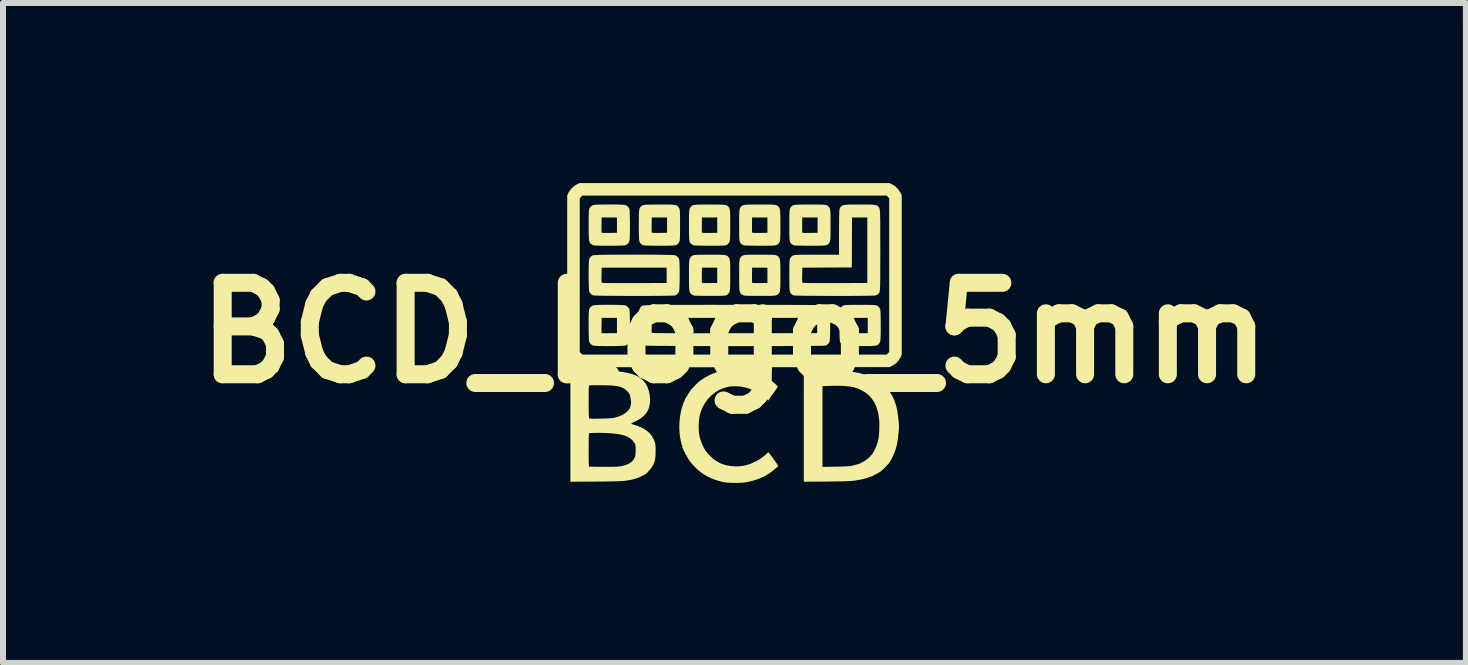
<source format=kicad_pcb>
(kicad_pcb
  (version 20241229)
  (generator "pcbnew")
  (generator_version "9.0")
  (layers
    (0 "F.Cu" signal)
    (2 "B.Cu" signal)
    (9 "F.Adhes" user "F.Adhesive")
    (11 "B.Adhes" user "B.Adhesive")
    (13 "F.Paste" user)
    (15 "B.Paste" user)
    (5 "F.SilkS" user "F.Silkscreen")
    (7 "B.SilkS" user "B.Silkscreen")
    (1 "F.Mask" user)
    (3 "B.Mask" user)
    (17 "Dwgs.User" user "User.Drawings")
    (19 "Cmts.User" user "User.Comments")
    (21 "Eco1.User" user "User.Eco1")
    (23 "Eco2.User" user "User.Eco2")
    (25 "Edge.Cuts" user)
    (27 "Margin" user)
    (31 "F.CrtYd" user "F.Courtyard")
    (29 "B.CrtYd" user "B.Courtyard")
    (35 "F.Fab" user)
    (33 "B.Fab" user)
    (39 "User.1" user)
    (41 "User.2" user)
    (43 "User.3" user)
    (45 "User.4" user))
  (footprint "BCD_Logo_5mm"
    (layer "F.Cu")
    (at 9.188 2.497)
    (property "Reference" "BCD_Logo_5mm" (at 0 0 0) (layer "F.SilkS") (effects (font (size 1.524 1.524) (thickness 0.3))))
    (attr board_only exclude_from_pos_files exclude_from_bom)
    (fp_poly (pts (xy 2.628 -2.474) (xy 2.682 -2.44) (xy 2.727 -2.395) (xy 2.762 -2.342) (xy 2.765 -2.338) (xy 2.787 -2.292) (xy 2.787 0.365) (xy 2.765 0.411) (xy 2.73 0.465) (xy 2.686 0.51) (xy 2.633 0.545) (xy 2.628 0.548) (xy 2.582 0.57) (xy 0.014 0.572) (xy -0.222 0.572) (xy -0.444 0.572) (xy -0.653 0.572) (xy -0.849 0.572) (xy -1.032 0.572) (xy -1.203 0.572) (xy -1.362 0.572) (xy -1.509 0.572) (xy -1.645 0.571) (xy -1.771 0.571) (xy -1.885 0.571) (xy -1.989 0.571) (xy -2.084 0.571) (xy -2.169 0.57) (xy -2.245 0.57) (xy -2.313 0.57) (xy -2.372 0.569) (xy -2.423 0.569) (xy -2.466 0.568) (xy -2.502 0.568) (xy -2.531 0.567) (xy -2.554 0.566) (xy -2.57 0.566) (xy -2.581 0.565) (xy -2.586 0.564) (xy -2.639 0.543) (xy -2.688 0.509) (xy -2.73 0.465) (xy -2.763 0.414) (xy -2.765 0.411) (xy -2.787 0.365) (xy -2.787 0.318) (xy -2.578 0.318) (xy -2.535 0.361) (xy 2.535 0.361) (xy 2.578 0.318) (xy 2.578 -2.244) (xy 2.535 -2.288) (xy -2.535 -2.288) (xy -2.578 -2.244) (xy -2.578 0.318) (xy -2.787 0.318) (xy -2.787 -2.292) (xy -2.765 -2.338) (xy -2.73 -2.391) (xy -2.686 -2.437) (xy -2.633 -2.472) (xy -2.628 -2.474) (xy -2.582 -2.497) (xy 2.582 -2.497)) (stroke (width 0) (type solid)) (fill yes) (layer "F.SilkS"))
    (fp_poly (pts (xy -2.022 -2.14) (xy -1.969 -2.139) (xy -1.92 -2.138) (xy -1.878 -2.136) (xy -1.844 -2.134) (xy -1.821 -2.131) (xy -1.812 -2.129) (xy -1.78 -2.108) (xy -1.756 -2.077) (xy -1.751 -2.066) (xy -1.748 -2.053) (xy -1.746 -2.028) (xy -1.745 -1.994) (xy -1.744 -1.95) (xy -1.743 -1.901) (xy -1.742 -1.848) (xy -1.742 -1.793) (xy -1.742 -1.738) (xy -1.743 -1.686) (xy -1.744 -1.637) (xy -1.745 -1.594) (xy -1.747 -1.56) (xy -1.749 -1.536) (xy -1.751 -1.525) (xy -1.772 -1.491) (xy -1.803 -1.467) (xy -1.812 -1.462) (xy -1.826 -1.459) (xy -1.852 -1.457) (xy -1.887 -1.455) (xy -1.931 -1.454) (xy -1.98 -1.453) (xy -2.034 -1.452) (xy -2.089 -1.452) (xy -2.145 -1.452) (xy -2.198 -1.453) (xy -2.247 -1.454) (xy -2.29 -1.455) (xy -2.324 -1.457) (xy -2.348 -1.459) (xy -2.36 -1.462) (xy -2.393 -1.484) (xy -2.416 -1.515) (xy -2.419 -1.522) (xy -2.422 -1.535) (xy -2.425 -1.561) (xy -2.426 -1.597) (xy -2.428 -1.641) (xy -2.429 -1.691) (xy -2.43 -1.744) (xy -2.43 -1.763) (xy -2.216 -1.763) (xy -2.216 -1.727) (xy -2.215 -1.698) (xy -2.215 -1.68) (xy -2.214 -1.673) (xy -2.209 -1.67) (xy -2.198 -1.668) (xy -2.179 -1.666) (xy -2.15 -1.666) (xy -2.108 -1.666) (xy -2.084 -1.666) (xy -1.958 -1.668) (xy -1.958 -1.923) (xy -2.213 -1.923) (xy -2.215 -1.803) (xy -2.216 -1.763) (xy -2.43 -1.763) (xy -2.43 -1.8) (xy -2.43 -1.855) (xy -2.43 -1.908) (xy -2.429 -1.956) (xy -2.427 -1.999) (xy -2.426 -2.033) (xy -2.423 -2.056) (xy -2.421 -2.066) (xy -2.4 -2.1) (xy -2.369 -2.124) (xy -2.36 -2.129) (xy -2.345 -2.132) (xy -2.319 -2.135) (xy -2.282 -2.137) (xy -2.238 -2.138) (xy -2.187 -2.139) (xy -2.133 -2.14) (xy -2.077 -2.14)) (stroke (width 0) (type solid)) (fill yes) (layer "F.SilkS"))
    (fp_poly (pts (xy -2.022 -0.468) (xy -1.969 -0.467) (xy -1.92 -0.466) (xy -1.878 -0.464) (xy -1.844 -0.462) (xy -1.821 -0.46) (xy -1.812 -0.457) (xy -1.78 -0.436) (xy -1.756 -0.405) (xy -1.751 -0.395) (xy -1.748 -0.382) (xy -1.746 -0.357) (xy -1.745 -0.322) (xy -1.744 -0.279) (xy -1.743 -0.23) (xy -1.742 -0.177) (xy -1.742 -0.122) (xy -1.742 -0.067) (xy -1.743 -0.014) (xy -1.744 0.035) (xy -1.745 0.077) (xy -1.747 0.111) (xy -1.749 0.135) (xy -1.751 0.147) (xy -1.772 0.181) (xy -1.803 0.205) (xy -1.812 0.21) (xy -1.826 0.212) (xy -1.852 0.214) (xy -1.887 0.216) (xy -1.931 0.218) (xy -1.98 0.219) (xy -2.034 0.22) (xy -2.089 0.22) (xy -2.145 0.22) (xy -2.198 0.219) (xy -2.247 0.218) (xy -2.29 0.217) (xy -2.324 0.215) (xy -2.348 0.212) (xy -2.36 0.21) (xy -2.393 0.188) (xy -2.416 0.156) (xy -2.419 0.15) (xy -2.422 0.136) (xy -2.425 0.11) (xy -2.426 0.075) (xy -2.428 0.031) (xy -2.429 -0.019) (xy -2.43 -0.073) (xy -2.43 -0.091) (xy -2.216 -0.091) (xy -2.216 -0.055) (xy -2.215 -0.027) (xy -2.215 -0.008) (xy -2.214 -0.002) (xy -2.209 0.002) (xy -2.198 0.004) (xy -2.179 0.005) (xy -2.15 0.006) (xy -2.108 0.006) (xy -2.084 0.005) (xy -1.958 0.004) (xy -1.958 -0.251) (xy -2.213 -0.251) (xy -2.215 -0.131) (xy -2.216 -0.091) (xy -2.43 -0.091) (xy -2.43 -0.128) (xy -2.43 -0.183) (xy -2.43 -0.236) (xy -2.429 -0.285) (xy -2.427 -0.327) (xy -2.426 -0.361) (xy -2.423 -0.385) (xy -2.421 -0.395) (xy -2.4 -0.429) (xy -2.369 -0.453) (xy -2.36 -0.457) (xy -2.345 -0.46) (xy -2.319 -0.463) (xy -2.282 -0.465) (xy -2.238 -0.467) (xy -2.187 -0.468) (xy -2.133 -0.468) (xy -2.077 -0.468)) (stroke (width 0) (type solid)) (fill yes) (layer "F.SilkS"))
    (fp_poly (pts (xy -1.18 -2.139) (xy -1.122 -2.139) (xy -1.075 -2.138) (xy -1.038 -2.137) (xy -1.01 -2.134) (xy -0.988 -2.131) (xy -0.972 -2.127) (xy -0.96 -2.122) (xy -0.95 -2.115) (xy -0.941 -2.106) (xy -0.938 -2.103) (xy -0.93 -2.093) (xy -0.924 -2.083) (xy -0.918 -2.072) (xy -0.914 -2.057) (xy -0.911 -2.038) (xy -0.909 -2.012) (xy -0.908 -1.979) (xy -0.907 -1.936) (xy -0.907 -1.883) (xy -0.907 -1.818) (xy -0.907 -1.796) (xy -0.907 -1.726) (xy -0.907 -1.67) (xy -0.908 -1.624) (xy -0.909 -1.588) (xy -0.911 -1.56) (xy -0.913 -1.539) (xy -0.917 -1.523) (xy -0.922 -1.511) (xy -0.928 -1.501) (xy -0.936 -1.492) (xy -0.938 -1.489) (xy -0.947 -1.479) (xy -0.956 -1.472) (xy -0.967 -1.466) (xy -0.981 -1.461) (xy -1 -1.458) (xy -1.026 -1.455) (xy -1.059 -1.454) (xy -1.101 -1.453) (xy -1.154 -1.453) (xy -1.219 -1.453) (xy -1.253 -1.453) (xy -1.329 -1.453) (xy -1.391 -1.454) (xy -1.441 -1.455) (xy -1.479 -1.456) (xy -1.505 -1.458) (xy -1.521 -1.46) (xy -1.524 -1.462) (xy -1.544 -1.473) (xy -1.558 -1.484) (xy -1.567 -1.493) (xy -1.574 -1.502) (xy -1.58 -1.513) (xy -1.585 -1.528) (xy -1.588 -1.548) (xy -1.591 -1.574) (xy -1.592 -1.608) (xy -1.593 -1.651) (xy -1.594 -1.705) (xy -1.594 -1.763) (xy -1.38 -1.763) (xy -1.38 -1.727) (xy -1.38 -1.698) (xy -1.379 -1.68) (xy -1.378 -1.673) (xy -1.374 -1.67) (xy -1.363 -1.668) (xy -1.343 -1.666) (xy -1.314 -1.666) (xy -1.273 -1.666) (xy -1.249 -1.666) (xy -1.123 -1.668) (xy -1.123 -1.923) (xy -1.378 -1.923) (xy -1.38 -1.803) (xy -1.38 -1.763) (xy -1.594 -1.763) (xy -1.594 -1.771) (xy -1.594 -1.796) (xy -1.594 -1.865) (xy -1.593 -1.922) (xy -1.593 -1.967) (xy -1.592 -2.003) (xy -1.59 -2.031) (xy -1.587 -2.052) (xy -1.583 -2.068) (xy -1.578 -2.08) (xy -1.572 -2.09) (xy -1.565 -2.1) (xy -1.562 -2.103) (xy -1.554 -2.112) (xy -1.544 -2.119) (xy -1.533 -2.125) (xy -1.519 -2.13) (xy -1.499 -2.133) (xy -1.474 -2.136) (xy -1.44 -2.137) (xy -1.397 -2.138) (xy -1.344 -2.139) (xy -1.278 -2.139) (xy -1.25 -2.139)) (stroke (width 0) (type solid)) (fill yes) (layer "F.SilkS"))
    (fp_poly (pts (xy -0.344 -2.139) (xy -0.286 -2.139) (xy -0.239 -2.138) (xy -0.203 -2.137) (xy -0.174 -2.134) (xy -0.152 -2.131) (xy -0.136 -2.127) (xy -0.124 -2.122) (xy -0.114 -2.115) (xy -0.106 -2.106) (xy -0.102 -2.103) (xy -0.094 -2.093) (xy -0.088 -2.083) (xy -0.083 -2.072) (xy -0.079 -2.057) (xy -0.076 -2.038) (xy -0.073 -2.012) (xy -0.072 -1.979) (xy -0.071 -1.936) (xy -0.071 -1.883) (xy -0.071 -1.818) (xy -0.071 -1.796) (xy -0.071 -1.726) (xy -0.071 -1.67) (xy -0.072 -1.624) (xy -0.073 -1.588) (xy -0.075 -1.56) (xy -0.078 -1.539) (xy -0.081 -1.523) (xy -0.086 -1.511) (xy -0.092 -1.501) (xy -0.1 -1.492) (xy -0.102 -1.489) (xy -0.111 -1.479) (xy -0.12 -1.472) (xy -0.131 -1.466) (xy -0.145 -1.461) (xy -0.165 -1.458) (xy -0.19 -1.455) (xy -0.223 -1.454) (xy -0.265 -1.453) (xy -0.318 -1.453) (xy -0.383 -1.453) (xy -0.417 -1.453) (xy -0.493 -1.453) (xy -0.556 -1.454) (xy -0.605 -1.455) (xy -0.643 -1.456) (xy -0.669 -1.458) (xy -0.685 -1.46) (xy -0.688 -1.462) (xy -0.708 -1.473) (xy -0.722 -1.484) (xy -0.731 -1.493) (xy -0.739 -1.502) (xy -0.744 -1.513) (xy -0.749 -1.528) (xy -0.752 -1.548) (xy -0.755 -1.574) (xy -0.756 -1.608) (xy -0.757 -1.651) (xy -0.758 -1.705) (xy -0.758 -1.763) (xy -0.544 -1.763) (xy -0.544 -1.727) (xy -0.544 -1.698) (xy -0.543 -1.68) (xy -0.542 -1.673) (xy -0.538 -1.67) (xy -0.527 -1.668) (xy -0.507 -1.666) (xy -0.478 -1.666) (xy -0.437 -1.666) (xy -0.413 -1.666) (xy -0.287 -1.668) (xy -0.287 -1.923) (xy -0.542 -1.923) (xy -0.544 -1.803) (xy -0.544 -1.763) (xy -0.758 -1.763) (xy -0.758 -1.771) (xy -0.758 -1.796) (xy -0.758 -1.865) (xy -0.758 -1.922) (xy -0.757 -1.967) (xy -0.756 -2.003) (xy -0.754 -2.031) (xy -0.751 -2.052) (xy -0.747 -2.068) (xy -0.743 -2.08) (xy -0.736 -2.09) (xy -0.729 -2.1) (xy -0.726 -2.103) (xy -0.718 -2.112) (xy -0.709 -2.119) (xy -0.697 -2.125) (xy -0.683 -2.13) (xy -0.664 -2.133) (xy -0.638 -2.136) (xy -0.604 -2.137) (xy -0.562 -2.138) (xy -0.508 -2.139) (xy -0.443 -2.139) (xy -0.414 -2.139)) (stroke (width 0) (type solid)) (fill yes) (layer "F.SilkS"))
    (fp_poly (pts (xy -0.344 -1.303) (xy -0.286 -1.303) (xy -0.239 -1.302) (xy -0.203 -1.301) (xy -0.174 -1.299) (xy -0.152 -1.296) (xy -0.136 -1.291) (xy -0.124 -1.286) (xy -0.114 -1.279) (xy -0.106 -1.27) (xy -0.102 -1.267) (xy -0.094 -1.257) (xy -0.088 -1.247) (xy -0.083 -1.236) (xy -0.079 -1.221) (xy -0.076 -1.202) (xy -0.073 -1.176) (xy -0.072 -1.143) (xy -0.071 -1.1) (xy -0.071 -1.047) (xy -0.071 -0.982) (xy -0.071 -0.96) (xy -0.071 -0.89) (xy -0.071 -0.834) (xy -0.072 -0.788) (xy -0.073 -0.752) (xy -0.075 -0.725) (xy -0.078 -0.704) (xy -0.081 -0.688) (xy -0.086 -0.675) (xy -0.092 -0.665) (xy -0.1 -0.656) (xy -0.102 -0.653) (xy -0.111 -0.644) (xy -0.12 -0.636) (xy -0.131 -0.63) (xy -0.145 -0.625) (xy -0.165 -0.622) (xy -0.19 -0.62) (xy -0.223 -0.618) (xy -0.265 -0.617) (xy -0.318 -0.617) (xy -0.383 -0.617) (xy -0.417 -0.617) (xy -0.493 -0.617) (xy -0.556 -0.618) (xy -0.605 -0.619) (xy -0.643 -0.62) (xy -0.669 -0.622) (xy -0.685 -0.625) (xy -0.688 -0.626) (xy -0.708 -0.637) (xy -0.722 -0.648) (xy -0.731 -0.657) (xy -0.739 -0.666) (xy -0.744 -0.677) (xy -0.749 -0.692) (xy -0.752 -0.712) (xy -0.755 -0.738) (xy -0.756 -0.772) (xy -0.757 -0.815) (xy -0.758 -0.869) (xy -0.758 -0.927) (xy -0.544 -0.927) (xy -0.544 -0.891) (xy -0.544 -0.863) (xy -0.543 -0.844) (xy -0.542 -0.838) (xy -0.538 -0.834) (xy -0.527 -0.832) (xy -0.507 -0.83) (xy -0.478 -0.83) (xy -0.437 -0.83) (xy -0.413 -0.83) (xy -0.287 -0.832) (xy -0.287 -1.087) (xy -0.542 -1.087) (xy -0.544 -0.967) (xy -0.544 -0.927) (xy -0.758 -0.927) (xy -0.758 -0.935) (xy -0.758 -0.96) (xy -0.758 -1.03) (xy -0.758 -1.086) (xy -0.757 -1.132) (xy -0.756 -1.167) (xy -0.754 -1.195) (xy -0.751 -1.216) (xy -0.747 -1.232) (xy -0.743 -1.244) (xy -0.736 -1.254) (xy -0.729 -1.264) (xy -0.726 -1.267) (xy -0.718 -1.276) (xy -0.709 -1.283) (xy -0.697 -1.289) (xy -0.683 -1.294) (xy -0.664 -1.298) (xy -0.638 -1.3) (xy -0.604 -1.302) (xy -0.562 -1.303) (xy -0.508 -1.303) (xy -0.443 -1.303) (xy -0.414 -1.303)) (stroke (width 0) (type solid)) (fill yes) (layer "F.SilkS"))
    (fp_poly (pts (xy 0.492 -2.139) (xy 0.55 -2.139) (xy 0.596 -2.138) (xy 0.633 -2.137) (xy 0.662 -2.134) (xy 0.683 -2.131) (xy 0.7 -2.127) (xy 0.712 -2.122) (xy 0.722 -2.115) (xy 0.73 -2.106) (xy 0.734 -2.103) (xy 0.742 -2.093) (xy 0.748 -2.083) (xy 0.753 -2.072) (xy 0.757 -2.057) (xy 0.76 -2.038) (xy 0.762 -2.012) (xy 0.764 -1.979) (xy 0.764 -1.936) (xy 0.765 -1.883) (xy 0.765 -1.818) (xy 0.765 -1.796) (xy 0.765 -1.726) (xy 0.765 -1.67) (xy 0.764 -1.624) (xy 0.763 -1.588) (xy 0.761 -1.56) (xy 0.758 -1.539) (xy 0.755 -1.523) (xy 0.75 -1.511) (xy 0.744 -1.501) (xy 0.736 -1.492) (xy 0.734 -1.489) (xy 0.725 -1.479) (xy 0.716 -1.472) (xy 0.705 -1.466) (xy 0.69 -1.461) (xy 0.671 -1.458) (xy 0.646 -1.455) (xy 0.613 -1.454) (xy 0.57 -1.453) (xy 0.517 -1.453) (xy 0.452 -1.453) (xy 0.419 -1.453) (xy 0.343 -1.453) (xy 0.28 -1.454) (xy 0.23 -1.455) (xy 0.193 -1.456) (xy 0.167 -1.458) (xy 0.151 -1.46) (xy 0.148 -1.462) (xy 0.127 -1.473) (xy 0.113 -1.484) (xy 0.104 -1.493) (xy 0.097 -1.502) (xy 0.091 -1.513) (xy 0.087 -1.528) (xy 0.083 -1.548) (xy 0.081 -1.574) (xy 0.079 -1.608) (xy 0.079 -1.651) (xy 0.078 -1.705) (xy 0.078 -1.763) (xy 0.292 -1.763) (xy 0.292 -1.727) (xy 0.292 -1.698) (xy 0.293 -1.68) (xy 0.294 -1.673) (xy 0.298 -1.67) (xy 0.309 -1.668) (xy 0.328 -1.666) (xy 0.358 -1.666) (xy 0.399 -1.666) (xy 0.423 -1.666) (xy 0.549 -1.668) (xy 0.549 -1.923) (xy 0.294 -1.923) (xy 0.292 -1.803) (xy 0.292 -1.763) (xy 0.078 -1.763) (xy 0.078 -1.771) (xy 0.078 -1.796) (xy 0.078 -1.865) (xy 0.078 -1.922) (xy 0.079 -1.967) (xy 0.08 -2.003) (xy 0.082 -2.031) (xy 0.085 -2.052) (xy 0.088 -2.068) (xy 0.093 -2.08) (xy 0.099 -2.09) (xy 0.107 -2.1) (xy 0.109 -2.103) (xy 0.118 -2.112) (xy 0.127 -2.119) (xy 0.138 -2.125) (xy 0.153 -2.13) (xy 0.172 -2.133) (xy 0.198 -2.136) (xy 0.231 -2.137) (xy 0.274 -2.138) (xy 0.328 -2.139) (xy 0.393 -2.139) (xy 0.421 -2.139)) (stroke (width 0) (type solid)) (fill yes) (layer "F.SilkS"))
    (fp_poly (pts (xy 0.492 -1.303) (xy 0.55 -1.303) (xy 0.596 -1.302) (xy 0.633 -1.301) (xy 0.662 -1.299) (xy 0.683 -1.296) (xy 0.7 -1.291) (xy 0.712 -1.286) (xy 0.722 -1.279) (xy 0.73 -1.27) (xy 0.734 -1.267) (xy 0.742 -1.257) (xy 0.748 -1.247) (xy 0.753 -1.236) (xy 0.757 -1.221) (xy 0.76 -1.202) (xy 0.762 -1.176) (xy 0.764 -1.143) (xy 0.764 -1.1) (xy 0.765 -1.047) (xy 0.765 -0.982) (xy 0.765 -0.96) (xy 0.765 -0.89) (xy 0.765 -0.834) (xy 0.764 -0.788) (xy 0.763 -0.752) (xy 0.761 -0.725) (xy 0.758 -0.704) (xy 0.755 -0.688) (xy 0.75 -0.675) (xy 0.744 -0.665) (xy 0.736 -0.656) (xy 0.734 -0.653) (xy 0.725 -0.644) (xy 0.716 -0.636) (xy 0.705 -0.63) (xy 0.69 -0.625) (xy 0.671 -0.622) (xy 0.646 -0.62) (xy 0.613 -0.618) (xy 0.57 -0.617) (xy 0.517 -0.617) (xy 0.452 -0.617) (xy 0.419 -0.617) (xy 0.343 -0.617) (xy 0.28 -0.618) (xy 0.23 -0.619) (xy 0.193 -0.62) (xy 0.167 -0.622) (xy 0.151 -0.625) (xy 0.148 -0.626) (xy 0.127 -0.637) (xy 0.113 -0.648) (xy 0.104 -0.657) (xy 0.097 -0.666) (xy 0.091 -0.677) (xy 0.087 -0.692) (xy 0.083 -0.712) (xy 0.081 -0.738) (xy 0.079 -0.772) (xy 0.079 -0.815) (xy 0.078 -0.869) (xy 0.078 -0.927) (xy 0.292 -0.927) (xy 0.292 -0.891) (xy 0.292 -0.863) (xy 0.293 -0.844) (xy 0.294 -0.838) (xy 0.298 -0.834) (xy 0.309 -0.832) (xy 0.328 -0.83) (xy 0.358 -0.83) (xy 0.399 -0.83) (xy 0.423 -0.83) (xy 0.549 -0.832) (xy 0.549 -1.087) (xy 0.294 -1.087) (xy 0.292 -0.967) (xy 0.292 -0.927) (xy 0.078 -0.927) (xy 0.078 -0.935) (xy 0.078 -0.96) (xy 0.078 -1.03) (xy 0.078 -1.086) (xy 0.079 -1.132) (xy 0.08 -1.167) (xy 0.082 -1.195) (xy 0.085 -1.216) (xy 0.088 -1.232) (xy 0.093 -1.244) (xy 0.099 -1.254) (xy 0.107 -1.264) (xy 0.109 -1.267) (xy 0.118 -1.276) (xy 0.127 -1.283) (xy 0.138 -1.289) (xy 0.153 -1.294) (xy 0.172 -1.298) (xy 0.198 -1.3) (xy 0.231 -1.302) (xy 0.274 -1.303) (xy 0.328 -1.303) (xy 0.393 -1.303) (xy 0.421 -1.303)) (stroke (width 0) (type solid)) (fill yes) (layer "F.SilkS"))
    (fp_poly (pts (xy 1.328 -2.139) (xy 1.386 -2.139) (xy 1.432 -2.138) (xy 1.469 -2.137) (xy 1.498 -2.134) (xy 1.519 -2.131) (xy 1.535 -2.127) (xy 1.548 -2.122) (xy 1.557 -2.115) (xy 1.566 -2.106) (xy 1.569 -2.103) (xy 1.577 -2.093) (xy 1.584 -2.083) (xy 1.589 -2.072) (xy 1.593 -2.057) (xy 1.596 -2.038) (xy 1.598 -2.012) (xy 1.6 -1.979) (xy 1.6 -1.936) (xy 1.601 -1.883) (xy 1.601 -1.818) (xy 1.601 -1.796) (xy 1.601 -1.726) (xy 1.6 -1.67) (xy 1.6 -1.624) (xy 1.599 -1.588) (xy 1.597 -1.56) (xy 1.594 -1.539) (xy 1.59 -1.523) (xy 1.586 -1.511) (xy 1.579 -1.501) (xy 1.572 -1.492) (xy 1.569 -1.489) (xy 1.561 -1.479) (xy 1.552 -1.472) (xy 1.541 -1.466) (xy 1.526 -1.461) (xy 1.507 -1.458) (xy 1.482 -1.455) (xy 1.448 -1.454) (xy 1.406 -1.453) (xy 1.353 -1.453) (xy 1.288 -1.453) (xy 1.255 -1.453) (xy 1.179 -1.453) (xy 1.116 -1.454) (xy 1.066 -1.455) (xy 1.029 -1.456) (xy 1.002 -1.458) (xy 0.987 -1.46) (xy 0.983 -1.462) (xy 0.963 -1.473) (xy 0.949 -1.484) (xy 0.94 -1.493) (xy 0.933 -1.502) (xy 0.927 -1.513) (xy 0.923 -1.528) (xy 0.919 -1.548) (xy 0.917 -1.574) (xy 0.915 -1.608) (xy 0.914 -1.651) (xy 0.914 -1.705) (xy 0.914 -1.763) (xy 1.127 -1.763) (xy 1.127 -1.727) (xy 1.128 -1.698) (xy 1.129 -1.68) (xy 1.129 -1.673) (xy 1.134 -1.67) (xy 1.145 -1.668) (xy 1.164 -1.666) (xy 1.194 -1.666) (xy 1.235 -1.666) (xy 1.259 -1.666) (xy 1.385 -1.668) (xy 1.385 -1.923) (xy 1.13 -1.923) (xy 1.128 -1.803) (xy 1.127 -1.763) (xy 0.914 -1.763) (xy 0.914 -1.771) (xy 0.914 -1.796) (xy 0.914 -1.865) (xy 0.914 -1.922) (xy 0.915 -1.967) (xy 0.916 -2.003) (xy 0.918 -2.031) (xy 0.92 -2.052) (xy 0.924 -2.068) (xy 0.929 -2.08) (xy 0.935 -2.09) (xy 0.943 -2.1) (xy 0.945 -2.103) (xy 0.954 -2.112) (xy 0.963 -2.119) (xy 0.974 -2.125) (xy 0.989 -2.13) (xy 1.008 -2.133) (xy 1.034 -2.136) (xy 1.067 -2.137) (xy 1.11 -2.138) (xy 1.163 -2.139) (xy 1.229 -2.139) (xy 1.257 -2.139)) (stroke (width 0) (type solid)) (fill yes) (layer "F.SilkS"))
    (fp_poly (pts (xy 2.164 -0.467) (xy 2.221 -0.467) (xy 2.268 -0.466) (xy 2.305 -0.465) (xy 2.333 -0.463) (xy 2.355 -0.46) (xy 2.371 -0.456) (xy 2.383 -0.45) (xy 2.393 -0.443) (xy 2.402 -0.435) (xy 2.405 -0.431) (xy 2.413 -0.421) (xy 2.42 -0.411) (xy 2.425 -0.4) (xy 2.429 -0.385) (xy 2.432 -0.366) (xy 2.434 -0.34) (xy 2.435 -0.307) (xy 2.436 -0.265) (xy 2.436 -0.211) (xy 2.437 -0.146) (xy 2.437 -0.124) (xy 2.437 -0.055) (xy 2.436 0.002) (xy 2.436 0.048) (xy 2.434 0.083) (xy 2.433 0.111) (xy 2.43 0.132) (xy 2.426 0.148) (xy 2.421 0.16) (xy 2.415 0.171) (xy 2.408 0.18) (xy 2.405 0.183) (xy 2.397 0.192) (xy 2.387 0.2) (xy 2.376 0.206) (xy 2.362 0.21) (xy 2.343 0.214) (xy 2.317 0.216) (xy 2.284 0.218) (xy 2.242 0.219) (xy 2.189 0.219) (xy 2.124 0.219) (xy 2.09 0.219) (xy 2.014 0.219) (xy 1.952 0.218) (xy 1.902 0.217) (xy 1.864 0.215) (xy 1.838 0.214) (xy 1.823 0.211) (xy 1.819 0.21) (xy 1.799 0.198) (xy 1.785 0.188) (xy 1.776 0.179) (xy 1.769 0.17) (xy 1.763 0.159) (xy 1.758 0.144) (xy 1.755 0.124) (xy 1.753 0.098) (xy 1.751 0.064) (xy 1.75 0.021) (xy 1.75 -0.033) (xy 1.75 -0.091) (xy 1.963 -0.091) (xy 1.963 -0.055) (xy 1.964 -0.027) (xy 1.964 -0.008) (xy 1.965 -0.002) (xy 1.97 0.002) (xy 1.981 0.004) (xy 2 0.005) (xy 2.03 0.006) (xy 2.071 0.006) (xy 2.095 0.005) (xy 2.221 0.004) (xy 2.221 -0.251) (xy 1.966 -0.251) (xy 1.964 -0.131) (xy 1.963 -0.091) (xy 1.75 -0.091) (xy 1.75 -0.1) (xy 1.75 -0.124) (xy 1.75 -0.194) (xy 1.75 -0.25) (xy 1.751 -0.296) (xy 1.752 -0.332) (xy 1.754 -0.359) (xy 1.756 -0.38) (xy 1.76 -0.396) (xy 1.765 -0.408) (xy 1.771 -0.419) (xy 1.779 -0.428) (xy 1.781 -0.431) (xy 1.79 -0.44) (xy 1.799 -0.448) (xy 1.81 -0.454) (xy 1.824 -0.458) (xy 1.844 -0.462) (xy 1.87 -0.464) (xy 1.903 -0.466) (xy 1.946 -0.467) (xy 1.999 -0.467) (xy 2.065 -0.467) (xy 2.093 -0.467)) (stroke (width 0) (type solid)) (fill yes) (layer "F.SilkS"))
    (fp_poly (pts (xy -1.55 -1.304) (xy -1.466 -1.304) (xy -1.384 -1.304) (xy -1.307 -1.303) (xy -1.235 -1.302) (xy -1.17 -1.301) (xy -1.112 -1.3) (xy -1.064 -1.299) (xy -1.025 -1.297) (xy -0.999 -1.295) (xy -0.985 -1.294) (xy -0.984 -1.293) (xy -0.951 -1.272) (xy -0.927 -1.241) (xy -0.922 -1.23) (xy -0.92 -1.217) (xy -0.917 -1.191) (xy -0.916 -1.156) (xy -0.914 -1.112) (xy -0.913 -1.062) (xy -0.913 -1.009) (xy -0.913 -0.953) (xy -0.913 -0.898) (xy -0.914 -0.845) (xy -0.915 -0.796) (xy -0.917 -0.754) (xy -0.919 -0.72) (xy -0.921 -0.696) (xy -0.924 -0.686) (xy -0.945 -0.654) (xy -0.976 -0.63) (xy -0.987 -0.625) (xy -0.997 -0.623) (xy -1.021 -0.622) (xy -1.056 -0.621) (xy -1.102 -0.62) (xy -1.157 -0.619) (xy -1.22 -0.618) (xy -1.29 -0.617) (xy -1.365 -0.617) (xy -1.445 -0.616) (xy -1.529 -0.616) (xy -1.614 -0.616) (xy -1.7 -0.616) (xy -1.786 -0.616) (xy -1.871 -0.617) (xy -1.952 -0.617) (xy -2.03 -0.618) (xy -2.102 -0.618) (xy -2.168 -0.619) (xy -2.226 -0.62) (xy -2.275 -0.621) (xy -2.314 -0.622) (xy -2.342 -0.624) (xy -2.357 -0.625) (xy -2.36 -0.626) (xy -2.393 -0.648) (xy -2.416 -0.679) (xy -2.419 -0.686) (xy -2.422 -0.7) (xy -2.425 -0.725) (xy -2.426 -0.761) (xy -2.428 -0.805) (xy -2.429 -0.855) (xy -2.43 -0.891) (xy -2.216 -0.891) (xy -2.215 -0.863) (xy -2.215 -0.844) (xy -2.214 -0.838) (xy -2.211 -0.836) (xy -2.203 -0.835) (xy -2.188 -0.833) (xy -2.167 -0.832) (xy -2.139 -0.831) (xy -2.102 -0.831) (xy -2.055 -0.83) (xy -1.999 -0.83) (xy -1.931 -0.83) (xy -1.852 -0.83) (xy -1.76 -0.83) (xy -1.67 -0.83) (xy -1.13 -0.832) (xy -1.13 -1.087) (xy -2.213 -1.087) (xy -2.215 -0.967) (xy -2.216 -0.927) (xy -2.216 -0.891) (xy -2.43 -0.891) (xy -2.43 -0.908) (xy -2.43 -0.964) (xy -2.43 -1.019) (xy -2.43 -1.072) (xy -2.429 -1.121) (xy -2.427 -1.163) (xy -2.426 -1.197) (xy -2.423 -1.22) (xy -2.421 -1.23) (xy -2.4 -1.264) (xy -2.369 -1.289) (xy -2.36 -1.293) (xy -2.348 -1.295) (xy -2.324 -1.297) (xy -2.288 -1.298) (xy -2.241 -1.3) (xy -2.185 -1.301) (xy -2.121 -1.302) (xy -2.05 -1.303) (xy -1.974 -1.303) (xy -1.893 -1.304) (xy -1.809 -1.304) (xy -1.723 -1.304) (xy -1.636 -1.304)) (stroke (width 0) (type solid)) (fill yes) (layer "F.SilkS"))
    (fp_poly (pts (xy 1.606 0.638) (xy 1.682 0.638) (xy 1.747 0.638) (xy 1.801 0.639) (xy 1.846 0.64) (xy 1.883 0.642) (xy 1.914 0.644) (xy 1.94 0.646) (xy 1.958 0.648) (xy 2.078 0.669) (xy 2.188 0.699) (xy 2.287 0.737) (xy 2.377 0.783) (xy 2.455 0.838) (xy 2.522 0.899) (xy 2.561 0.946) (xy 2.603 1.007) (xy 2.639 1.069) (xy 2.668 1.134) (xy 2.691 1.204) (xy 2.709 1.281) (xy 2.723 1.367) (xy 2.732 1.441) (xy 2.736 1.487) (xy 2.739 1.524) (xy 2.74 1.555) (xy 2.74 1.584) (xy 2.738 1.616) (xy 2.735 1.654) (xy 2.731 1.687) (xy 2.725 1.744) (xy 2.719 1.789) (xy 2.713 1.829) (xy 2.705 1.867) (xy 2.695 1.907) (xy 2.687 1.934) (xy 2.668 1.99) (xy 2.642 2.05) (xy 2.612 2.109) (xy 2.586 2.152) (xy 2.57 2.173) (xy 2.547 2.199) (xy 2.521 2.228) (xy 2.494 2.256) (xy 2.468 2.281) (xy 2.446 2.301) (xy 2.432 2.311) (xy 2.418 2.319) (xy 2.397 2.332) (xy 2.375 2.345) (xy 2.301 2.383) (xy 2.216 2.415) (xy 2.118 2.441) (xy 2.008 2.46) (xy 1.994 2.462) (xy 1.97 2.465) (xy 1.94 2.467) (xy 1.905 2.469) (xy 1.863 2.471) (xy 1.813 2.473) (xy 1.752 2.474) (xy 1.681 2.475) (xy 1.598 2.476) (xy 1.532 2.477) (xy 1.155 2.48) (xy 1.155 2.233) (xy 1.466 2.233) (xy 1.68 2.229) (xy 1.739 2.228) (xy 1.793 2.226) (xy 1.842 2.224) (xy 1.884 2.222) (xy 1.916 2.22) (xy 1.936 2.218) (xy 1.937 2.217) (xy 1.967 2.211) (xy 1.998 2.203) (xy 2.013 2.199) (xy 2.033 2.193) (xy 2.049 2.189) (xy 2.053 2.189) (xy 2.067 2.185) (xy 2.09 2.175) (xy 2.118 2.161) (xy 2.148 2.145) (xy 2.177 2.127) (xy 2.202 2.11) (xy 2.203 2.11) (xy 2.255 2.065) (xy 2.299 2.013) (xy 2.336 1.951) (xy 2.367 1.879) (xy 2.392 1.795) (xy 2.395 1.785) (xy 2.402 1.749) (xy 2.407 1.702) (xy 2.411 1.648) (xy 2.413 1.59) (xy 2.414 1.533) (xy 2.413 1.478) (xy 2.409 1.431) (xy 2.409 1.43) (xy 2.394 1.331) (xy 2.368 1.242) (xy 2.333 1.162) (xy 2.287 1.093) (xy 2.231 1.032) (xy 2.165 0.982) (xy 2.088 0.94) (xy 2.043 0.922) (xy 1.982 0.904) (xy 1.908 0.892) (xy 1.821 0.883) (xy 1.721 0.88) (xy 1.609 0.882) (xy 1.593 0.882) (xy 1.466 0.887) (xy 1.466 2.233) (xy 1.155 2.233) (xy 1.155 0.637) (xy 1.517 0.637)) (stroke (width 0) (type solid)) (fill yes) (layer "F.SilkS"))
    (fp_poly (pts (xy -0.325 -0.468) (xy -0.165 -0.467) (xy 0.001 -0.467) (xy 0.182 -0.467) (xy 0.35 -0.467) (xy 0.504 -0.467) (xy 0.646 -0.467) (xy 0.775 -0.467) (xy 0.892 -0.467) (xy 0.997 -0.466) (xy 1.092 -0.466) (xy 1.175 -0.466) (xy 1.249 -0.465) (xy 1.313 -0.465) (xy 1.367 -0.464) (xy 1.412 -0.464) (xy 1.449 -0.463) (xy 1.478 -0.462) (xy 1.499 -0.461) (xy 1.513 -0.46) (xy 1.52 -0.459) (xy 1.521 -0.459) (xy 1.555 -0.438) (xy 1.579 -0.407) (xy 1.584 -0.398) (xy 1.587 -0.383) (xy 1.589 -0.357) (xy 1.591 -0.32) (xy 1.593 -0.276) (xy 1.594 -0.225) (xy 1.595 -0.171) (xy 1.595 -0.115) (xy 1.594 -0.06) (xy 1.594 -0.007) (xy 1.592 0.042) (xy 1.591 0.084) (xy 1.588 0.118) (xy 1.586 0.141) (xy 1.584 0.15) (xy 1.563 0.182) (xy 1.531 0.206) (xy 1.521 0.211) (xy 1.511 0.212) (xy 1.489 0.213) (xy 1.453 0.214) (xy 1.406 0.215) (xy 1.348 0.216) (xy 1.28 0.216) (xy 1.203 0.217) (xy 1.117 0.217) (xy 1.023 0.218) (xy 0.922 0.218) (xy 0.815 0.219) (xy 0.703 0.219) (xy 0.586 0.219) (xy 0.465 0.219) (xy 0.341 0.22) (xy 0.216 0.22) (xy 0.088 0.22) (xy -0.039 0.22) (xy -0.167 0.22) (xy -0.293 0.219) (xy -0.418 0.219) (xy -0.54 0.219) (xy -0.658 0.219) (xy -0.773 0.218) (xy -0.882 0.218) (xy -0.985 0.217) (xy -1.082 0.217) (xy -1.172 0.216) (xy -1.253 0.216) (xy -1.325 0.215) (xy -1.387 0.214) (xy -1.439 0.213) (xy -1.479 0.212) (xy -1.507 0.211) (xy -1.522 0.21) (xy -1.524 0.21) (xy -1.544 0.198) (xy -1.558 0.188) (xy -1.567 0.179) (xy -1.574 0.17) (xy -1.58 0.159) (xy -1.585 0.144) (xy -1.588 0.124) (xy -1.591 0.098) (xy -1.592 0.064) (xy -1.593 0.021) (xy -1.594 -0.033) (xy -1.594 -0.055) (xy -1.38 -0.055) (xy -1.38 -0.027) (xy -1.379 -0.008) (xy -1.378 -0.002) (xy -1.375 -0.001) (xy -1.368 0.000125) (xy -1.355 0.001) (xy -1.337 0.002) (xy -1.312 0.003) (xy -1.281 0.003) (xy -1.242 0.004) (xy -1.195 0.004) (xy -1.14 0.005) (xy -1.076 0.005) (xy -1.002 0.005) (xy -0.919 0.006) (xy -0.825 0.006) (xy -0.72 0.006) (xy -0.603 0.006) (xy -0.475 0.006) (xy -0.334 0.006) (xy -0.18 0.006) (xy -0.012 0.005) (xy 0.002 0.005) (xy 1.378 0.004) (xy 1.378 -0.251) (xy -1.378 -0.251) (xy -1.38 -0.131) (xy -1.38 -0.091) (xy -1.38 -0.055) (xy -1.594 -0.055) (xy -1.594 -0.1) (xy -1.594 -0.124) (xy -1.594 -0.194) (xy -1.593 -0.25) (xy -1.593 -0.296) (xy -1.592 -0.332) (xy -1.59 -0.359) (xy -1.587 -0.38) (xy -1.583 -0.396) (xy -1.578 -0.408) (xy -1.572 -0.419) (xy -1.565 -0.428) (xy -1.562 -0.431) (xy -1.559 -0.435) (xy -1.556 -0.439) (xy -1.553 -0.442) (xy -1.549 -0.446) (xy -1.545 -0.449) (xy -1.538 -0.451) (xy -1.529 -0.454) (xy -1.517 -0.456) (xy -1.502 -0.458) (xy -1.483 -0.459) (xy -1.459 -0.461) (xy -1.43 -0.462) (xy -1.395 -0.463) (xy -1.354 -0.464) (xy -1.306 -0.465) (xy -1.25 -0.466) (xy -1.187 -0.466) (xy -1.115 -0.467) (xy -1.034 -0.467) (xy -0.944 -0.467) (xy -0.843 -0.467) (xy -0.731 -0.467) (xy -0.608 -0.467) (xy -0.473 -0.468)) (stroke (width 0) (type solid)) (fill yes) (layer "F.SilkS"))
    (fp_poly (pts (xy 2.156 -2.139) (xy 2.214 -2.139) (xy 2.261 -2.138) (xy 2.298 -2.137) (xy 2.326 -2.134) (xy 2.348 -2.131) (xy 2.364 -2.127) (xy 2.376 -2.122) (xy 2.386 -2.115) (xy 2.395 -2.106) (xy 2.398 -2.103) (xy 2.403 -2.097) (xy 2.408 -2.091) (xy 2.412 -2.084) (xy 2.415 -2.076) (xy 2.418 -2.065) (xy 2.421 -2.051) (xy 2.423 -2.033) (xy 2.425 -2.01) (xy 2.426 -1.98) (xy 2.427 -1.944) (xy 2.428 -1.9) (xy 2.429 -1.848) (xy 2.429 -1.786) (xy 2.429 -1.713) (xy 2.429 -1.63) (xy 2.429 -1.534) (xy 2.43 -1.426) (xy 2.43 -1.378) (xy 2.43 -1.263) (xy 2.429 -1.162) (xy 2.429 -1.073) (xy 2.429 -0.995) (xy 2.429 -0.928) (xy 2.428 -0.872) (xy 2.428 -0.824) (xy 2.427 -0.784) (xy 2.425 -0.752) (xy 2.423 -0.726) (xy 2.421 -0.705) (xy 2.419 -0.689) (xy 2.416 -0.678) (xy 2.412 -0.669) (xy 2.408 -0.662) (xy 2.403 -0.657) (xy 2.397 -0.652) (xy 2.393 -0.648) (xy 2.374 -0.634) (xy 2.357 -0.625) (xy 2.346 -0.623) (xy 2.323 -0.622) (xy 2.287 -0.621) (xy 2.242 -0.62) (xy 2.187 -0.619) (xy 2.124 -0.618) (xy 2.054 -0.617) (xy 1.978 -0.617) (xy 1.898 -0.616) (xy 1.814 -0.616) (xy 1.729 -0.616) (xy 1.643 -0.616) (xy 1.557 -0.616) (xy 1.473 -0.617) (xy 1.391 -0.617) (xy 1.314 -0.618) (xy 1.241 -0.618) (xy 1.176 -0.619) (xy 1.118 -0.62) (xy 1.068 -0.621) (xy 1.029 -0.622) (xy 1.001 -0.624) (xy 0.986 -0.625) (xy 0.983 -0.626) (xy 0.963 -0.637) (xy 0.949 -0.648) (xy 0.94 -0.657) (xy 0.933 -0.666) (xy 0.927 -0.677) (xy 0.923 -0.692) (xy 0.919 -0.712) (xy 0.917 -0.738) (xy 0.915 -0.772) (xy 0.914 -0.815) (xy 0.914 -0.869) (xy 0.914 -0.891) (xy 1.127 -0.891) (xy 1.128 -0.863) (xy 1.129 -0.844) (xy 1.129 -0.838) (xy 1.132 -0.836) (xy 1.141 -0.835) (xy 1.155 -0.833) (xy 1.176 -0.832) (xy 1.204 -0.831) (xy 1.241 -0.831) (xy 1.288 -0.83) (xy 1.344 -0.83) (xy 1.412 -0.83) (xy 1.491 -0.83) (xy 1.583 -0.83) (xy 1.673 -0.83) (xy 2.213 -0.832) (xy 2.213 -1.923) (xy 1.958 -1.923) (xy 1.957 -1.507) (xy 1.955 -1.091) (xy 1.13 -1.087) (xy 1.128 -0.967) (xy 1.127 -0.927) (xy 1.127 -0.891) (xy 0.914 -0.891) (xy 0.914 -0.935) (xy 0.914 -0.96) (xy 0.914 -1.03) (xy 0.914 -1.086) (xy 0.915 -1.132) (xy 0.916 -1.167) (xy 0.918 -1.195) (xy 0.92 -1.216) (xy 0.924 -1.232) (xy 0.929 -1.244) (xy 0.935 -1.254) (xy 0.943 -1.264) (xy 0.945 -1.267) (xy 0.952 -1.275) (xy 0.96 -1.281) (xy 0.968 -1.287) (xy 0.979 -1.291) (xy 0.994 -1.295) (xy 1.014 -1.298) (xy 1.039 -1.3) (xy 1.072 -1.301) (xy 1.113 -1.302) (xy 1.164 -1.303) (xy 1.226 -1.303) (xy 1.299 -1.303) (xy 1.375 -1.303) (xy 1.742 -1.303) (xy 1.742 -1.674) (xy 1.742 -1.76) (xy 1.743 -1.832) (xy 1.743 -1.893) (xy 1.744 -1.943) (xy 1.745 -1.983) (xy 1.746 -2.016) (xy 1.748 -2.041) (xy 1.751 -2.06) (xy 1.755 -2.074) (xy 1.759 -2.085) (xy 1.765 -2.094) (xy 1.772 -2.101) (xy 1.779 -2.108) (xy 1.789 -2.116) (xy 1.798 -2.122) (xy 1.81 -2.127) (xy 1.825 -2.131) (xy 1.844 -2.134) (xy 1.87 -2.136) (xy 1.903 -2.138) (xy 1.946 -2.139) (xy 1.999 -2.139) (xy 2.064 -2.139) (xy 2.085 -2.139)) (stroke (width 0) (type solid)) (fill yes) (layer "F.SilkS"))
    (fp_poly (pts (xy 0.057 0.612) (xy 0.113 0.614) (xy 0.162 0.618) (xy 0.203 0.623) (xy 0.216 0.626) (xy 0.338 0.66) (xy 0.449 0.703) (xy 0.55 0.755) (xy 0.64 0.816) (xy 0.683 0.852) (xy 0.707 0.876) (xy 0.719 0.892) (xy 0.72 0.9) (xy 0.714 0.909) (xy 0.702 0.928) (xy 0.685 0.952) (xy 0.664 0.981) (xy 0.662 0.985) (xy 0.639 1.016) (xy 0.617 1.047) (xy 0.598 1.074) (xy 0.586 1.093) (xy 0.564 1.127) (xy 0.539 1.103) (xy 0.494 1.065) (xy 0.444 1.027) (xy 0.391 0.994) (xy 0.342 0.967) (xy 0.325 0.959) (xy 0.249 0.93) (xy 0.18 0.909) (xy 0.115 0.896) (xy 0.049 0.89) (xy 0.011 0.889) (xy -0.033 0.89) (xy -0.069 0.892) (xy -0.102 0.898) (xy -0.138 0.906) (xy -0.181 0.92) (xy -0.185 0.921) (xy -0.252 0.95) (xy -0.318 0.989) (xy -0.38 1.038) (xy -0.436 1.094) (xy -0.482 1.154) (xy -0.492 1.169) (xy -0.532 1.241) (xy -0.561 1.312) (xy -0.581 1.385) (xy -0.592 1.463) (xy -0.596 1.55) (xy -0.596 1.555) (xy -0.595 1.611) (xy -0.592 1.657) (xy -0.587 1.698) (xy -0.578 1.739) (xy -0.565 1.784) (xy -0.558 1.803) (xy -0.545 1.838) (xy -0.528 1.877) (xy -0.509 1.916) (xy -0.489 1.95) (xy -0.472 1.976) (xy -0.464 1.986) (xy -0.451 2.001) (xy -0.433 2.02) (xy -0.425 2.03) (xy -0.41 2.046) (xy -0.389 2.065) (xy -0.368 2.085) (xy -0.346 2.103) (xy -0.329 2.117) (xy -0.318 2.124) (xy -0.317 2.125) (xy -0.309 2.129) (xy -0.294 2.138) (xy -0.285 2.143) (xy -0.27 2.153) (xy -0.256 2.161) (xy -0.24 2.169) (xy -0.217 2.179) (xy -0.188 2.19) (xy -0.126 2.208) (xy -0.057 2.219) (xy 0.016 2.224) (xy 0.089 2.222) (xy 0.157 2.212) (xy 0.209 2.199) (xy 0.229 2.192) (xy 0.244 2.189) (xy 0.247 2.189) (xy 0.256 2.186) (xy 0.275 2.178) (xy 0.3 2.166) (xy 0.329 2.152) (xy 0.359 2.138) (xy 0.387 2.124) (xy 0.409 2.112) (xy 0.415 2.108) (xy 0.434 2.096) (xy 0.459 2.078) (xy 0.487 2.056) (xy 0.513 2.034) (xy 0.533 2.016) (xy 0.536 2.013) (xy 0.551 2) (xy 0.562 1.991) (xy 0.565 1.99) (xy 0.571 1.996) (xy 0.584 2.011) (xy 0.602 2.034) (xy 0.623 2.062) (xy 0.646 2.094) (xy 0.67 2.128) (xy 0.693 2.161) (xy 0.704 2.176) (xy 0.731 2.217) (xy 0.694 2.251) (xy 0.672 2.27) (xy 0.647 2.29) (xy 0.621 2.311) (xy 0.597 2.329) (xy 0.578 2.343) (xy 0.565 2.351) (xy 0.563 2.352) (xy 0.555 2.355) (xy 0.539 2.365) (xy 0.527 2.373) (xy 0.508 2.385) (xy 0.494 2.392) (xy 0.489 2.394) (xy 0.48 2.397) (xy 0.462 2.405) (xy 0.447 2.412) (xy 0.406 2.43) (xy 0.355 2.448) (xy 0.299 2.465) (xy 0.241 2.479) (xy 0.205 2.486) (xy 0.162 2.492) (xy 0.11 2.497) (xy 0.053 2.499) (xy -0.006 2.5) (xy -0.063 2.498) (xy -0.115 2.495) (xy -0.157 2.49) (xy -0.166 2.489) (xy -0.224 2.476) (xy -0.282 2.46) (xy -0.336 2.442) (xy -0.383 2.424) (xy -0.402 2.415) (xy -0.424 2.405) (xy -0.443 2.396) (xy -0.448 2.394) (xy -0.488 2.372) (xy -0.534 2.341) (xy -0.582 2.305) (xy -0.629 2.264) (xy -0.657 2.237) (xy -0.699 2.192) (xy -0.733 2.153) (xy -0.759 2.116) (xy -0.781 2.08) (xy -0.791 2.061) (xy -0.802 2.04) (xy -0.811 2.025) (xy -0.816 2.02) (xy -0.821 2.012) (xy -0.822 2.004) (xy -0.825 1.991) (xy -0.829 1.987) (xy -0.839 1.974) (xy -0.85 1.95) (xy -0.863 1.917) (xy -0.875 1.876) (xy -0.887 1.831) (xy -0.898 1.782) (xy -0.907 1.734) (xy -0.913 1.689) (xy -0.919 1.603) (xy -0.918 1.513) (xy -0.911 1.422) (xy -0.897 1.333) (xy -0.877 1.249) (xy -0.852 1.175) (xy -0.84 1.146) (xy -0.83 1.125) (xy -0.824 1.109) (xy -0.822 1.102) (xy -0.818 1.095) (xy -0.809 1.08) (xy -0.8 1.067) (xy -0.788 1.049) (xy -0.781 1.035) (xy -0.779 1.031) (xy -0.775 1.022) (xy -0.765 1.008) (xy -0.759 1) (xy -0.746 0.982) (xy -0.737 0.969) (xy -0.736 0.965) (xy -0.729 0.954) (xy -0.714 0.936) (xy -0.692 0.912) (xy -0.667 0.886) (xy -0.641 0.859) (xy -0.615 0.834) (xy -0.592 0.813) (xy -0.582 0.805) (xy -0.496 0.745) (xy -0.4 0.695) (xy -0.294 0.654) (xy -0.195 0.626) (xy -0.159 0.62) (xy -0.113 0.616) (xy -0.059 0.613) (xy -0.002 0.612)) (stroke (width 0) (type solid)) (fill yes) (layer "F.SilkS"))
    (fp_poly (pts (xy -2.259 0.638) (xy -2.186 0.638) (xy -2.124 0.638) (xy -2.072 0.638) (xy -2.029 0.639) (xy -1.993 0.64) (xy -1.963 0.641) (xy -1.937 0.643) (xy -1.915 0.645) (xy -1.893 0.647) (xy -1.873 0.65) (xy -1.865 0.651) (xy -1.787 0.665) (xy -1.72 0.681) (xy -1.664 0.7) (xy -1.614 0.723) (xy -1.571 0.751) (xy -1.53 0.785) (xy -1.518 0.797) (xy -1.481 0.843) (xy -1.451 0.899) (xy -1.428 0.962) (xy -1.413 1.029) (xy -1.406 1.098) (xy -1.408 1.165) (xy -1.419 1.228) (xy -1.439 1.284) (xy -1.44 1.286) (xy -1.467 1.332) (xy -1.5 1.372) (xy -1.542 1.409) (xy -1.593 1.443) (xy -1.655 1.476) (xy -1.691 1.492) (xy -1.708 1.501) (xy -1.718 1.509) (xy -1.719 1.512) (xy -1.711 1.518) (xy -1.695 1.525) (xy -1.689 1.526) (xy -1.669 1.532) (xy -1.656 1.537) (xy -1.654 1.538) (xy -1.643 1.542) (xy -1.624 1.546) (xy -1.62 1.547) (xy -1.603 1.552) (xy -1.594 1.557) (xy -1.594 1.558) (xy -1.588 1.563) (xy -1.572 1.568) (xy -1.57 1.568) (xy -1.549 1.576) (xy -1.521 1.591) (xy -1.489 1.611) (xy -1.456 1.635) (xy -1.427 1.659) (xy -1.408 1.677) (xy -1.376 1.718) (xy -1.349 1.767) (xy -1.327 1.82) (xy -1.322 1.839) (xy -1.318 1.859) (xy -1.316 1.884) (xy -1.314 1.916) (xy -1.314 1.959) (xy -1.314 1.973) (xy -1.315 2.032) (xy -1.319 2.081) (xy -1.326 2.122) (xy -1.337 2.16) (xy -1.353 2.196) (xy -1.368 2.223) (xy -1.383 2.246) (xy -1.405 2.273) (xy -1.429 2.301) (xy -1.453 2.327) (xy -1.474 2.346) (xy -1.486 2.354) (xy -1.542 2.385) (xy -1.594 2.409) (xy -1.648 2.428) (xy -1.705 2.444) (xy -1.771 2.456) (xy -1.813 2.463) (xy -1.834 2.465) (xy -1.859 2.467) (xy -1.89 2.469) (xy -1.929 2.471) (xy -1.976 2.472) (xy -2.032 2.474) (xy -2.099 2.475) (xy -2.177 2.476) (xy -2.268 2.477) (xy -2.311 2.477) (xy -2.734 2.48) (xy -2.734 1.951) (xy -2.43 1.951) (xy -2.429 2.011) (xy -2.429 2.067) (xy -2.429 2.118) (xy -2.428 2.16) (xy -2.427 2.193) (xy -2.426 2.216) (xy -2.425 2.226) (xy -2.425 2.226) (xy -2.417 2.228) (xy -2.396 2.229) (xy -2.365 2.229) (xy -2.325 2.23) (xy -2.277 2.231) (xy -2.223 2.231) (xy -2.179 2.231) (xy -2.111 2.231) (xy -2.057 2.231) (xy -2.012 2.23) (xy -1.977 2.229) (xy -1.948 2.228) (xy -1.924 2.226) (xy -1.903 2.223) (xy -1.884 2.22) (xy -1.872 2.217) (xy -1.808 2.2) (xy -1.756 2.177) (xy -1.715 2.149) (xy -1.683 2.113) (xy -1.663 2.077) (xy -1.656 2.06) (xy -1.652 2.042) (xy -1.649 2.019) (xy -1.648 1.988) (xy -1.647 1.955) (xy -1.647 1.916) (xy -1.648 1.889) (xy -1.651 1.869) (xy -1.655 1.854) (xy -1.661 1.842) (xy -1.661 1.842) (xy -1.69 1.8) (xy -1.727 1.765) (xy -1.773 1.736) (xy -1.828 1.712) (xy -1.894 1.694) (xy -1.972 1.681) (xy -2.063 1.672) (xy -2.075 1.671) (xy -2.123 1.669) (xy -2.173 1.667) (xy -2.224 1.666) (xy -2.273 1.666) (xy -2.319 1.666) (xy -2.358 1.667) (xy -2.39 1.669) (xy -2.412 1.671) (xy -2.421 1.674) (xy -2.423 1.679) (xy -2.425 1.69) (xy -2.427 1.709) (xy -2.428 1.738) (xy -2.429 1.776) (xy -2.429 1.826) (xy -2.429 1.887) (xy -2.43 1.951) (xy -2.734 1.951) (xy -2.734 1.147) (xy -2.43 1.147) (xy -2.429 1.22) (xy -2.429 1.28) (xy -2.428 1.327) (xy -2.427 1.364) (xy -2.426 1.391) (xy -2.424 1.409) (xy -2.422 1.42) (xy -2.421 1.423) (xy -2.415 1.426) (xy -2.404 1.428) (xy -2.386 1.429) (xy -2.359 1.43) (xy -2.322 1.43) (xy -2.274 1.429) (xy -2.228 1.428) (xy -2.168 1.427) (xy -2.12 1.425) (xy -2.082 1.423) (xy -2.052 1.421) (xy -2.027 1.418) (xy -2.004 1.414) (xy -1.983 1.409) (xy -1.916 1.388) (xy -1.857 1.361) (xy -1.808 1.329) (xy -1.769 1.293) (xy -1.743 1.253) (xy -1.741 1.249) (xy -1.727 1.201) (xy -1.723 1.148) (xy -1.731 1.089) (xy -1.74 1.051) (xy -1.75 1.022) (xy -1.762 0.999) (xy -1.781 0.977) (xy -1.793 0.964) (xy -1.826 0.936) (xy -1.863 0.915) (xy -1.907 0.898) (xy -1.96 0.886) (xy -2.017 0.879) (xy -2.044 0.877) (xy -2.079 0.875) (xy -2.121 0.874) (xy -2.167 0.872) (xy -2.215 0.872) (xy -2.263 0.871) (xy -2.309 0.871) (xy -2.349 0.872) (xy -2.383 0.873) (xy -2.406 0.874) (xy -2.418 0.876) (xy -2.418 0.876) (xy -2.421 0.878) (xy -2.424 0.883) (xy -2.425 0.893) (xy -2.427 0.909) (xy -2.428 0.932) (xy -2.429 0.963) (xy -2.429 1.004) (xy -2.429 1.057) (xy -2.429 1.121) (xy -2.43 1.147) (xy -2.734 1.147) (xy -2.734 0.637) (xy -2.345 0.637)) (stroke (width 0) (type solid)) (fill yes) (layer "F.SilkS")))
  (gr_rect
    (start -3 -3)
    (end 21.375 7.996)
    (stroke (width 0.1) (type default))
    (fill no)
    (layer "Edge.Cuts")))
</source>
